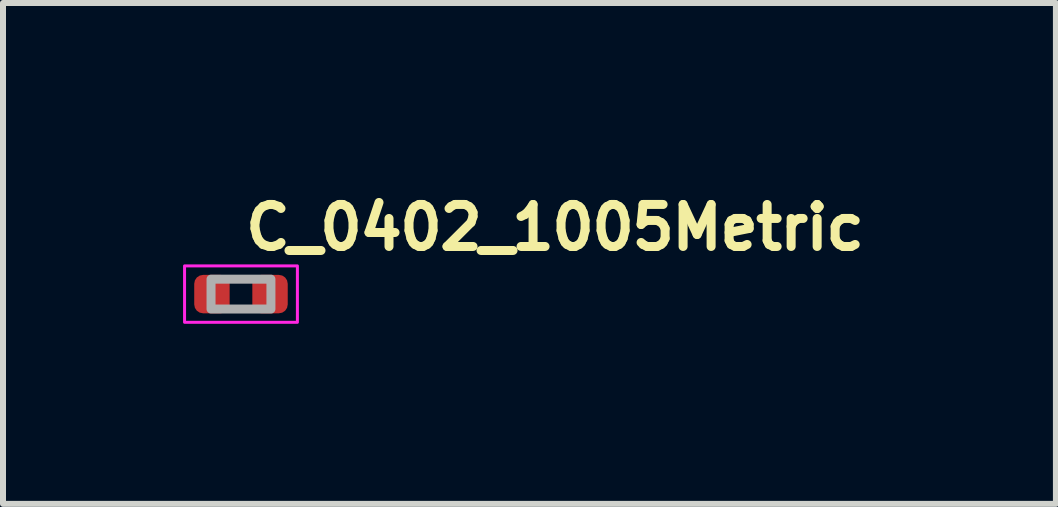
<source format=kicad_pcb>
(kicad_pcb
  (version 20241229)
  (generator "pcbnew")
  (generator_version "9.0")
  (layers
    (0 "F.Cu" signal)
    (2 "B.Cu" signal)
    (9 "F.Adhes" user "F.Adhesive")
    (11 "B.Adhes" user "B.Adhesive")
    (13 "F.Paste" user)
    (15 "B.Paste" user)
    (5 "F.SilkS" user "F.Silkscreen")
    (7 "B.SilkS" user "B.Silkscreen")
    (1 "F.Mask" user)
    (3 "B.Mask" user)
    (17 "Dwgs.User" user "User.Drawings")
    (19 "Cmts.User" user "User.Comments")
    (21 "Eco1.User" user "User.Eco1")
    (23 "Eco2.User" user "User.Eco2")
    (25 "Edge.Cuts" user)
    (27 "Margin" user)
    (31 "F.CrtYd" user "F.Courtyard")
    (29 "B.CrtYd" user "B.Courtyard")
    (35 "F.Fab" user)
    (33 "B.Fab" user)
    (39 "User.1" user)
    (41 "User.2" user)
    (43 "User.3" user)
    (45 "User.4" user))
  (footprint "C_0402_1005Metric"
    (layer "F.Cu")
    (at 0.965 1.85)
    (property "Reference" "C_0402_1005Metric" (at 0.001 -0.7 0) (layer "F.SilkS") (effects (font (size 0.7 0.7) (thickness 0.15)) (justify left bottom)))
    (attr smd)
    (fp_rect (start -0.94 -0.47) (end 0.94 0.47) (stroke (width 0.05) (type solid)) (fill no) (layer "F.CrtYd"))
    (fp_rect (start -0.499 -0.249) (end 0.499 0.249) (stroke (width 0.15) (type solid)) (fill no) (layer "F.Fab"))
    (fp_line (start -0.499 -0.244) (end -0.499 -0.243) (stroke (width 0.1) (type solid)) (layer "User.5"))
    (fp_line (start -0.499 -0.243) (end -0.499 -0.243) (stroke (width 0.1) (type solid)) (layer "User.5"))
    (fp_line (start -0.499 -0.243) (end -0.499 -0.242) (stroke (width 0.1) (type solid)) (layer "User.5"))
    (fp_line (start -0.499 -0.242) (end -0.499 -0.242) (stroke (width 0.1) (type solid)) (layer "User.5"))
    (fp_line (start -0.499 -0.242) (end -0.499 -0.242) (stroke (width 0.1) (type solid)) (layer "User.5"))
    (fp_line (start -0.499 -0.242) (end -0.499 -0.241) (stroke (width 0.1) (type solid)) (layer "User.5"))
    (fp_line (start -0.499 -0.241) (end -0.499 -0.241) (stroke (width 0.1) (type solid)) (layer "User.5"))
    (fp_line (start -0.499 -0.241) (end -0.499 -0.24) (stroke (width 0.1) (type solid)) (layer "User.5"))
    (fp_line (start -0.499 -0.24) (end -0.499 -0.239) (stroke (width 0.1) (type solid)) (layer "User.5"))
    (fp_line (start -0.499 -0.239) (end -0.499 -0.239) (stroke (width 0.1) (type solid)) (layer "User.5"))
    (fp_line (start -0.499 -0.239) (end -0.499 -0.239) (stroke (width 0.1) (type solid)) (layer "User.5"))
    (fp_line (start -0.499 -0.239) (end -0.499 -0.239) (stroke (width 0.1) (type solid)) (layer "User.5"))
    (fp_line (start -0.499 0.24) (end -0.499 -0.239) (stroke (width 0.1) (type solid)) (layer "User.5"))
    (fp_line (start -0.499 0.24) (end -0.499 0.24) (stroke (width 0.1) (type solid)) (layer "User.5"))
    (fp_line (start -0.499 0.24) (end -0.499 0.24) (stroke (width 0.1) (type solid)) (layer "User.5"))
    (fp_line (start -0.499 0.24) (end -0.499 0.24) (stroke (width 0.1) (type solid)) (layer "User.5"))
    (fp_line (start -0.499 0.24) (end -0.499 0.24) (stroke (width 0.1) (type solid)) (layer "User.5"))
    (fp_line (start -0.499 0.24) (end -0.499 0.24) (stroke (width 0.1) (type solid)) (layer "User.5"))
    (fp_line (start -0.499 0.24) (end -0.499 0.241) (stroke (width 0.1) (type solid)) (layer "User.5"))
    (fp_line (start -0.499 0.241) (end -0.499 0.241) (stroke (width 0.1) (type solid)) (layer "User.5"))
    (fp_line (start -0.499 0.241) (end -0.499 0.241) (stroke (width 0.1) (type solid)) (layer "User.5"))
    (fp_line (start -0.499 0.241) (end -0.499 0.242) (stroke (width 0.1) (type solid)) (layer "User.5"))
    (fp_line (start -0.499 0.242) (end -0.499 0.242) (stroke (width 0.1) (type solid)) (layer "User.5"))
    (fp_line (start -0.499 0.242) (end -0.499 0.243) (stroke (width 0.1) (type solid)) (layer "User.5"))
    (fp_line (start -0.499 0.243) (end -0.498 0.243) (stroke (width 0.1) (type solid)) (layer "User.5"))
    (fp_line (start -0.498 -0.245) (end -0.498 -0.245) (stroke (width 0.1) (type solid)) (layer "User.5"))
    (fp_line (start -0.498 -0.245) (end -0.498 -0.245) (stroke (width 0.1) (type solid)) (layer "User.5"))
    (fp_line (start -0.498 -0.245) (end -0.498 -0.244) (stroke (width 0.1) (type solid)) (layer "User.5"))
    (fp_line (start -0.498 -0.244) (end -0.499 -0.244) (stroke (width 0.1) (type solid)) (layer "User.5"))
    (fp_line (start -0.498 0.243) (end -0.498 0.244) (stroke (width 0.1) (type solid)) (layer "User.5"))
    (fp_line (start -0.498 0.244) (end -0.498 0.244) (stroke (width 0.1) (type solid)) (layer "User.5"))
    (fp_line (start -0.498 0.244) (end -0.498 0.244) (stroke (width 0.1) (type solid)) (layer "User.5"))
    (fp_line (start -0.498 0.244) (end -0.497 0.245) (stroke (width 0.1) (type solid)) (layer "User.5"))
    (fp_line (start -0.497 -0.247) (end -0.497 -0.246) (stroke (width 0.1) (type solid)) (layer "User.5"))
    (fp_line (start -0.497 -0.246) (end -0.498 -0.245) (stroke (width 0.1) (type solid)) (layer "User.5"))
    (fp_line (start -0.497 -0.246) (end -0.497 -0.246) (stroke (width 0.1) (type solid)) (layer "User.5"))
    (fp_line (start -0.497 0.245) (end -0.497 0.245) (stroke (width 0.1) (type solid)) (layer "User.5"))
    (fp_line (start -0.497 0.245) (end -0.497 0.246) (stroke (width 0.1) (type solid)) (layer "User.5"))
    (fp_line (start -0.497 0.246) (end -0.496 0.246) (stroke (width 0.1) (type solid)) (layer "User.5"))
    (fp_line (start -0.496 -0.247) (end -0.497 -0.247) (stroke (width 0.1) (type solid)) (layer "User.5"))
    (fp_line (start -0.496 -0.247) (end -0.496 -0.247) (stroke (width 0.1) (type solid)) (layer "User.5"))
    (fp_line (start -0.496 0.246) (end -0.496 0.246) (stroke (width 0.1) (type solid)) (layer "User.5"))
    (fp_line (start -0.496 0.246) (end -0.495 0.247) (stroke (width 0.1) (type solid)) (layer "User.5"))
    (fp_line (start -0.495 -0.248) (end -0.496 -0.247) (stroke (width 0.1) (type solid)) (layer "User.5"))
    (fp_line (start -0.495 -0.248) (end -0.495 -0.248) (stroke (width 0.1) (type solid)) (layer "User.5"))
    (fp_line (start -0.495 -0.248) (end -0.495 -0.248) (stroke (width 0.1) (type solid)) (layer "User.5"))
    (fp_line (start -0.495 0.247) (end -0.495 0.247) (stroke (width 0.1) (type solid)) (layer "User.5"))
    (fp_line (start -0.495 0.247) (end -0.495 0.247) (stroke (width 0.1) (type solid)) (layer "User.5"))
    (fp_line (start -0.495 0.247) (end -0.494 0.247) (stroke (width 0.1) (type solid)) (layer "User.5"))
    (fp_line (start -0.494 -0.249) (end -0.494 -0.248) (stroke (width 0.1) (type solid)) (layer "User.5"))
    (fp_line (start -0.494 -0.248) (end -0.495 -0.248) (stroke (width 0.1) (type solid)) (layer "User.5"))
    (fp_line (start -0.494 0.247) (end -0.494 0.248) (stroke (width 0.1) (type solid)) (layer "User.5"))
    (fp_line (start -0.494 0.248) (end -0.493 0.248) (stroke (width 0.1) (type solid)) (layer "User.5"))
    (fp_line (start -0.493 -0.249) (end -0.494 -0.249) (stroke (width 0.1) (type solid)) (layer "User.5"))
    (fp_line (start -0.493 -0.249) (end -0.493 -0.249) (stroke (width 0.1) (type solid)) (layer "User.5"))
    (fp_line (start -0.493 0.248) (end -0.493 0.248) (stroke (width 0.1) (type solid)) (layer "User.5"))
    (fp_line (start -0.493 0.248) (end -0.492 0.248) (stroke (width 0.1) (type solid)) (layer "User.5"))
    (fp_line (start -0.492 -0.249) (end -0.493 -0.249) (stroke (width 0.1) (type solid)) (layer "User.5"))
    (fp_line (start -0.492 -0.249) (end -0.492 -0.249) (stroke (width 0.1) (type solid)) (layer "User.5"))
    (fp_line (start -0.492 -0.249) (end -0.492 -0.249) (stroke (width 0.1) (type solid)) (layer "User.5"))
    (fp_line (start -0.492 0.248) (end -0.492 0.248) (stroke (width 0.1) (type solid)) (layer "User.5"))
    (fp_line (start -0.492 0.248) (end -0.492 0.248) (stroke (width 0.1) (type solid)) (layer "User.5"))
    (fp_line (start -0.492 0.248) (end -0.491 0.248) (stroke (width 0.1) (type solid)) (layer "User.5"))
    (fp_line (start -0.491 -0.249) (end -0.492 -0.249) (stroke (width 0.1) (type solid)) (layer "User.5"))
    (fp_line (start -0.491 -0.249) (end -0.491 -0.249) (stroke (width 0.1) (type solid)) (layer "User.5"))
    (fp_line (start -0.491 0.248) (end -0.491 0.248) (stroke (width 0.1) (type solid)) (layer "User.5"))
    (fp_line (start -0.491 0.248) (end -0.49 0.248) (stroke (width 0.1) (type solid)) (layer "User.5"))
    (fp_line (start -0.489 -0.249) (end -0.299 -0.249) (stroke (width 0.1) (type solid)) (layer "User.5"))
    (fp_line (start -0.299 -0.249) (end -0.299 -0.239) (stroke (width 0.1) (type solid)) (layer "User.5"))
    (fp_line (start -0.299 -0.239) (end -0.299 0.24) (stroke (width 0.1) (type solid)) (layer "User.5"))
    (fp_line (start -0.299 -0.239) (end 0.298 -0.239) (stroke (width 0.1) (type solid)) (layer "User.5"))
    (fp_line (start -0.299 0.24) (end -0.299 0.248) (stroke (width 0.1) (type solid)) (layer "User.5"))
    (fp_line (start -0.299 0.24) (end 0.298 0.24) (stroke (width 0.1) (type solid)) (layer "User.5"))
    (fp_line (start -0.299 0.248) (end -0.489 0.248) (stroke (width 0.1) (type solid)) (layer "User.5"))
    (fp_line (start 0.298 -0.249) (end 0.298 -0.239) (stroke (width 0.1) (type solid)) (layer "User.5"))
    (fp_line (start 0.298 -0.239) (end 0.298 0.24) (stroke (width 0.1) (type solid)) (layer "User.5"))
    (fp_line (start 0.298 0.24) (end 0.298 0.248) (stroke (width 0.1) (type solid)) (layer "User.5"))
    (fp_line (start 0.298 0.248) (end 0.488 0.248) (stroke (width 0.1) (type solid)) (layer "User.5"))
    (fp_line (start 0.488 -0.249) (end 0.298 -0.249) (stroke (width 0.1) (type solid)) (layer "User.5"))
    (fp_line (start 0.49 0.248) (end 0.491 0.248) (stroke (width 0.1) (type solid)) (layer "User.5"))
    (fp_line (start 0.491 -0.249) (end 0.49 -0.249) (stroke (width 0.1) (type solid)) (layer "User.5"))
    (fp_line (start 0.491 -0.249) (end 0.491 -0.249) (stroke (width 0.1) (type solid)) (layer "User.5"))
    (fp_line (start 0.491 -0.249) (end 0.491 -0.249) (stroke (width 0.1) (type solid)) (layer "User.5"))
    (fp_line (start 0.491 0.248) (end 0.491 0.248) (stroke (width 0.1) (type solid)) (layer "User.5"))
    (fp_line (start 0.491 0.248) (end 0.491 0.248) (stroke (width 0.1) (type solid)) (layer "User.5"))
    (fp_line (start 0.491 0.248) (end 0.492 0.248) (stroke (width 0.1) (type solid)) (layer "User.5"))
    (fp_line (start 0.492 -0.249) (end 0.491 -0.249) (stroke (width 0.1) (type solid)) (layer "User.5"))
    (fp_line (start 0.492 -0.249) (end 0.492 -0.249) (stroke (width 0.1) (type solid)) (layer "User.5"))
    (fp_line (start 0.492 0.248) (end 0.492 0.248) (stroke (width 0.1) (type solid)) (layer "User.5"))
    (fp_line (start 0.492 0.248) (end 0.493 0.248) (stroke (width 0.1) (type solid)) (layer "User.5"))
    (fp_line (start 0.493 -0.249) (end 0.492 -0.249) (stroke (width 0.1) (type solid)) (layer "User.5"))
    (fp_line (start 0.493 -0.248) (end 0.493 -0.249) (stroke (width 0.1) (type solid)) (layer "User.5"))
    (fp_line (start 0.493 0.247) (end 0.494 0.247) (stroke (width 0.1) (type solid)) (layer "User.5"))
    (fp_line (start 0.493 0.248) (end 0.493 0.247) (stroke (width 0.1) (type solid)) (layer "User.5"))
    (fp_line (start 0.494 -0.248) (end 0.493 -0.248) (stroke (width 0.1) (type solid)) (layer "User.5"))
    (fp_line (start 0.494 -0.248) (end 0.494 -0.248) (stroke (width 0.1) (type solid)) (layer "User.5"))
    (fp_line (start 0.494 -0.248) (end 0.494 -0.248) (stroke (width 0.1) (type solid)) (layer "User.5"))
    (fp_line (start 0.494 0.247) (end 0.494 0.247) (stroke (width 0.1) (type solid)) (layer "User.5"))
    (fp_line (start 0.494 0.247) (end 0.494 0.247) (stroke (width 0.1) (type solid)) (layer "User.5"))
    (fp_line (start 0.494 0.247) (end 0.495 0.246) (stroke (width 0.1) (type solid)) (layer "User.5"))
    (fp_line (start 0.495 -0.247) (end 0.494 -0.248) (stroke (width 0.1) (type solid)) (layer "User.5"))
    (fp_line (start 0.495 -0.247) (end 0.495 -0.247) (stroke (width 0.1) (type solid)) (layer "User.5"))
    (fp_line (start 0.495 0.246) (end 0.495 0.246) (stroke (width 0.1) (type solid)) (layer "User.5"))
    (fp_line (start 0.495 0.246) (end 0.496 0.246) (stroke (width 0.1) (type solid)) (layer "User.5"))
    (fp_line (start 0.496 -0.247) (end 0.495 -0.247) (stroke (width 0.1) (type solid)) (layer "User.5"))
    (fp_line (start 0.496 -0.246) (end 0.496 -0.247) (stroke (width 0.1) (type solid)) (layer "User.5"))
    (fp_line (start 0.496 -0.246) (end 0.496 -0.246) (stroke (width 0.1) (type solid)) (layer "User.5"))
    (fp_line (start 0.496 0.245) (end 0.496 0.245) (stroke (width 0.1) (type solid)) (layer "User.5"))
    (fp_line (start 0.496 0.245) (end 0.497 0.244) (stroke (width 0.1) (type solid)) (layer "User.5"))
    (fp_line (start 0.496 0.246) (end 0.496 0.245) (stroke (width 0.1) (type solid)) (layer "User.5"))
    (fp_line (start 0.497 -0.245) (end 0.496 -0.246) (stroke (width 0.1) (type solid)) (layer "User.5"))
    (fp_line (start 0.497 -0.245) (end 0.497 -0.245) (stroke (width 0.1) (type solid)) (layer "User.5"))
    (fp_line (start 0.497 -0.245) (end 0.497 -0.245) (stroke (width 0.1) (type solid)) (layer "User.5"))
    (fp_line (start 0.497 -0.244) (end 0.497 -0.245) (stroke (width 0.1) (type solid)) (layer "User.5"))
    (fp_line (start 0.497 0.243) (end 0.498 0.243) (stroke (width 0.1) (type solid)) (layer "User.5"))
    (fp_line (start 0.497 0.244) (end 0.497 0.243) (stroke (width 0.1) (type solid)) (layer "User.5"))
    (fp_line (start 0.497 0.244) (end 0.497 0.244) (stroke (width 0.1) (type solid)) (layer "User.5"))
    (fp_line (start 0.497 0.244) (end 0.497 0.244) (stroke (width 0.1) (type solid)) (layer "User.5"))
    (fp_line (start 0.498 -0.244) (end 0.497 -0.244) (stroke (width 0.1) (type solid)) (layer "User.5"))
    (fp_line (start 0.498 -0.243) (end 0.498 -0.244) (stroke (width 0.1) (type solid)) (layer "User.5"))
    (fp_line (start 0.498 -0.243) (end 0.498 -0.243) (stroke (width 0.1) (type solid)) (layer "User.5"))
    (fp_line (start 0.498 -0.242) (end 0.498 -0.243) (stroke (width 0.1) (type solid)) (layer "User.5"))
    (fp_line (start 0.498 -0.242) (end 0.498 -0.242) (stroke (width 0.1) (type solid)) (layer "User.5"))
    (fp_line (start 0.498 -0.242) (end 0.498 -0.242) (stroke (width 0.1) (type solid)) (layer "User.5"))
    (fp_line (start 0.498 -0.241) (end 0.498 -0.242) (stroke (width 0.1) (type solid)) (layer "User.5"))
    (fp_line (start 0.498 -0.241) (end 0.498 -0.241) (stroke (width 0.1) (type solid)) (layer "User.5"))
    (fp_line (start 0.498 -0.24) (end 0.498 -0.241) (stroke (width 0.1) (type solid)) (layer "User.5"))
    (fp_line (start 0.498 0.24) (end 0.498 -0.239) (stroke (width 0.1) (type solid)) (layer "User.5"))
    (fp_line (start 0.498 0.24) (end 0.498 0.24) (stroke (width 0.1) (type solid)) (layer "User.5"))
    (fp_line (start 0.498 0.241) (end 0.498 0.24) (stroke (width 0.1) (type solid)) (layer "User.5"))
    (fp_line (start 0.498 0.241) (end 0.498 0.241) (stroke (width 0.1) (type solid)) (layer "User.5"))
    (fp_line (start 0.498 0.241) (end 0.498 0.241) (stroke (width 0.1) (type solid)) (layer "User.5"))
    (fp_line (start 0.498 0.242) (end 0.498 0.241) (stroke (width 0.1) (type solid)) (layer "User.5"))
    (fp_line (start 0.498 0.242) (end 0.498 0.242) (stroke (width 0.1) (type solid)) (layer "User.5"))
    (fp_line (start 0.498 0.243) (end 0.498 0.242) (stroke (width 0.1) (type solid)) (layer "User.5"))
    (fp_rect (start -0.499 -0.249) (end 0.498 0.248) (stroke (width 0.1) (type solid)) (fill no) (layer "User.5"))
    (fp_line (start -0.499 -0.244) (end -0.499 -0.243) (stroke (width 0.02) (type solid)) (layer "User.9"))
    (fp_line (start -0.499 -0.243) (end -0.499 -0.243) (stroke (width 0.02) (type solid)) (layer "User.9"))
    (fp_line (start -0.499 -0.243) (end -0.499 -0.242) (stroke (width 0.02) (type solid)) (layer "User.9"))
    (fp_line (start -0.499 -0.242) (end -0.499 -0.242) (stroke (width 0.02) (type solid)) (layer "User.9"))
    (fp_line (start -0.499 -0.242) (end -0.499 -0.242) (stroke (width 0.02) (type solid)) (layer "User.9"))
    (fp_line (start -0.499 -0.242) (end -0.499 -0.241) (stroke (width 0.02) (type solid)) (layer "User.9"))
    (fp_line (start -0.499 -0.241) (end -0.499 -0.241) (stroke (width 0.02) (type solid)) (layer "User.9"))
    (fp_line (start -0.499 -0.241) (end -0.499 -0.24) (stroke (width 0.02) (type solid)) (layer "User.9"))
    (fp_line (start -0.499 -0.24) (end -0.499 -0.239) (stroke (width 0.02) (type solid)) (layer "User.9"))
    (fp_line (start -0.499 -0.239) (end -0.499 -0.239) (stroke (width 0.02) (type solid)) (layer "User.9"))
    (fp_line (start -0.499 -0.239) (end -0.499 -0.239) (stroke (width 0.02) (type solid)) (layer "User.9"))
    (fp_line (start -0.499 -0.239) (end -0.499 -0.239) (stroke (width 0.02) (type solid)) (layer "User.9"))
    (fp_line (start -0.499 -0.239) (end -0.499 -0.239) (stroke (width 0.02) (type solid)) (layer "User.9"))
    (fp_line (start -0.499 -0.239) (end -0.499 -0.239) (stroke (width 0.02) (type solid)) (layer "User.9"))
    (fp_line (start -0.499 -0.239) (end -0.499 -0.239) (stroke (width 0.02) (type solid)) (layer "User.9"))
    (fp_line (start -0.499 -0.239) (end -0.499 -0.239) (stroke (width 0.02) (type solid)) (layer "User.9"))
    (fp_line (start -0.499 -0.239) (end -0.499 -0.238) (stroke (width 0.02) (type solid)) (layer "User.9"))
    (fp_line (start -0.499 -0.238) (end -0.499 -0.238) (stroke (width 0.02) (type solid)) (layer "User.9"))
    (fp_line (start -0.499 -0.238) (end -0.499 -0.237) (stroke (width 0.02) (type solid)) (layer "User.9"))
    (fp_line (start -0.499 -0.237) (end -0.498 -0.237) (stroke (width 0.02) (type solid)) (layer "User.9"))
    (fp_line (start -0.499 0.236) (end -0.499 0.237) (stroke (width 0.02) (type solid)) (layer "User.9"))
    (fp_line (start -0.499 0.237) (end -0.499 0.237) (stroke (width 0.02) (type solid)) (layer "User.9"))
    (fp_line (start -0.499 0.237) (end -0.499 0.238) (stroke (width 0.02) (type solid)) (layer "User.9"))
    (fp_line (start -0.499 0.238) (end -0.499 0.238) (stroke (width 0.02) (type solid)) (layer "User.9"))
    (fp_line (start -0.499 0.238) (end -0.499 0.238) (stroke (width 0.02) (type solid)) (layer "User.9"))
    (fp_line (start -0.499 0.238) (end -0.499 0.239) (stroke (width 0.02) (type solid)) (layer "User.9"))
    (fp_line (start -0.499 0.239) (end -0.499 0.239) (stroke (width 0.02) (type solid)) (layer "User.9"))
    (fp_line (start -0.499 0.239) (end -0.499 0.24) (stroke (width 0.02) (type solid)) (layer "User.9"))
    (fp_line (start -0.499 0.24) (end -0.499 -0.239) (stroke (width 0.02) (type solid)) (layer "User.9"))
    (fp_line (start -0.499 0.24) (end -0.499 0.24) (stroke (width 0.02) (type solid)) (layer "User.9"))
    (fp_line (start -0.499 0.24) (end -0.499 0.24) (stroke (width 0.02) (type solid)) (layer "User.9"))
    (fp_line (start -0.499 0.24) (end -0.499 0.24) (stroke (width 0.02) (type solid)) (layer "User.9"))
    (fp_line (start -0.499 0.24) (end -0.499 0.24) (stroke (width 0.02) (type solid)) (layer "User.9"))
    (fp_line (start -0.499 0.24) (end -0.499 0.24) (stroke (width 0.02) (type solid)) (layer "User.9"))
    (fp_line (start -0.499 0.24) (end -0.499 0.241) (stroke (width 0.02) (type solid)) (layer "User.9"))
    (fp_line (start -0.499 0.241) (end -0.499 0.241) (stroke (width 0.02) (type solid)) (layer "User.9"))
    (fp_line (start -0.499 0.241) (end -0.499 0.241) (stroke (width 0.02) (type solid)) (layer "User.9"))
    (fp_line (start -0.499 0.241) (end -0.499 0.242) (stroke (width 0.02) (type solid)) (layer "User.9"))
    (fp_line (start -0.499 0.242) (end -0.499 0.242) (stroke (width 0.02) (type solid)) (layer "User.9"))
    (fp_line (start -0.499 0.242) (end -0.499 0.243) (stroke (width 0.02) (type solid)) (layer "User.9"))
    (fp_line (start -0.499 0.243) (end -0.498 0.243) (stroke (width 0.02) (type solid)) (layer "User.9"))
    (fp_line (start -0.498 -0.245) (end -0.498 -0.245) (stroke (width 0.02) (type solid)) (layer "User.9"))
    (fp_line (start -0.498 -0.245) (end -0.498 -0.245) (stroke (width 0.02) (type solid)) (layer "User.9"))
    (fp_line (start -0.498 -0.245) (end -0.498 -0.244) (stroke (width 0.02) (type solid)) (layer "User.9"))
    (fp_line (start -0.498 -0.244) (end -0.499 -0.244) (stroke (width 0.02) (type solid)) (layer "User.9"))
    (fp_line (start -0.498 -0.237) (end -0.498 -0.236) (stroke (width 0.02) (type solid)) (layer "User.9"))
    (fp_line (start -0.498 -0.236) (end -0.498 -0.236) (stroke (width 0.02) (type solid)) (layer "User.9"))
    (fp_line (start -0.498 -0.236) (end -0.498 -0.236) (stroke (width 0.02) (type solid)) (layer "User.9"))
    (fp_line (start -0.498 -0.236) (end -0.497 -0.235) (stroke (width 0.02) (type solid)) (layer "User.9"))
    (fp_line (start -0.498 0.235) (end -0.498 0.235) (stroke (width 0.02) (type solid)) (layer "User.9"))
    (fp_line (start -0.498 0.235) (end -0.498 0.235) (stroke (width 0.02) (type solid)) (layer "User.9"))
    (fp_line (start -0.498 0.235) (end -0.498 0.236) (stroke (width 0.02) (type solid)) (layer "User.9"))
    (fp_line (start -0.498 0.236) (end -0.499 0.236) (stroke (width 0.02) (type solid)) (layer "User.9"))
    (fp_line (start -0.498 0.243) (end -0.498 0.244) (stroke (width 0.02) (type solid)) (layer "User.9"))
    (fp_line (start -0.498 0.244) (end -0.498 0.244) (stroke (width 0.02) (type solid)) (layer "User.9"))
    (fp_line (start -0.498 0.244) (end -0.498 0.244) (stroke (width 0.02) (type solid)) (layer "User.9"))
    (fp_line (start -0.498 0.244) (end -0.497 0.245) (stroke (width 0.02) (type solid)) (layer "User.9"))
    (fp_line (start -0.497 -0.247) (end -0.497 -0.246) (stroke (width 0.02) (type solid)) (layer "User.9"))
    (fp_line (start -0.497 -0.246) (end -0.498 -0.245) (stroke (width 0.02) (type solid)) (layer "User.9"))
    (fp_line (start -0.497 -0.246) (end -0.497 -0.246) (stroke (width 0.02) (type solid)) (layer "User.9"))
    (fp_line (start -0.497 -0.235) (end -0.497 -0.235) (stroke (width 0.02) (type solid)) (layer "User.9"))
    (fp_line (start -0.497 -0.235) (end -0.497 -0.234) (stroke (width 0.02) (type solid)) (layer "User.9"))
    (fp_line (start -0.497 -0.234) (end -0.496 -0.234) (stroke (width 0.02) (type solid)) (layer "User.9"))
    (fp_line (start -0.497 0.233) (end -0.497 0.234) (stroke (width 0.02) (type solid)) (layer "User.9"))
    (fp_line (start -0.497 0.234) (end -0.498 0.235) (stroke (width 0.02) (type solid)) (layer "User.9"))
    (fp_line (start -0.497 0.234) (end -0.497 0.234) (stroke (width 0.02) (type solid)) (layer "User.9"))
    (fp_line (start -0.497 0.245) (end -0.497 0.245) (stroke (width 0.02) (type solid)) (layer "User.9"))
    (fp_line (start -0.497 0.245) (end -0.497 0.246) (stroke (width 0.02) (type solid)) (layer "User.9"))
    (fp_line (start -0.497 0.246) (end -0.496 0.246) (stroke (width 0.02) (type solid)) (layer "User.9"))
    (fp_line (start -0.496 -0.247) (end -0.497 -0.247) (stroke (width 0.02) (type solid)) (layer "User.9"))
    (fp_line (start -0.496 -0.247) (end -0.496 -0.247) (stroke (width 0.02) (type solid)) (layer "User.9"))
    (fp_line (start -0.496 -0.234) (end -0.496 -0.234) (stroke (width 0.02) (type solid)) (layer "User.9"))
    (fp_line (start -0.496 -0.234) (end -0.495 -0.233) (stroke (width 0.02) (type solid)) (layer "User.9"))
    (fp_line (start -0.496 0.233) (end -0.497 0.233) (stroke (width 0.02) (type solid)) (layer "User.9"))
    (fp_line (start -0.496 0.233) (end -0.496 0.233) (stroke (width 0.02) (type solid)) (layer "User.9"))
    (fp_line (start -0.496 0.246) (end -0.496 0.246) (stroke (width 0.02) (type solid)) (layer "User.9"))
    (fp_line (start -0.496 0.246) (end -0.495 0.247) (stroke (width 0.02) (type solid)) (layer "User.9"))
    (fp_line (start -0.495 -0.248) (end -0.496 -0.247) (stroke (width 0.02) (type solid)) (layer "User.9"))
    (fp_line (start -0.495 -0.248) (end -0.495 -0.248) (stroke (width 0.02) (type solid)) (layer "User.9"))
    (fp_line (start -0.495 -0.248) (end -0.495 -0.248) (stroke (width 0.02) (type solid)) (layer "User.9"))
    (fp_line (start -0.495 -0.233) (end -0.495 -0.233) (stroke (width 0.02) (type solid)) (layer "User.9"))
    (fp_line (start -0.495 -0.233) (end -0.495 -0.233) (stroke (width 0.02) (type solid)) (layer "User.9"))
    (fp_line (start -0.495 -0.233) (end -0.494 -0.233) (stroke (width 0.02) (type solid)) (layer "User.9"))
    (fp_line (start -0.495 0.232) (end -0.496 0.233) (stroke (width 0.02) (type solid)) (layer "User.9"))
    (fp_line (start -0.495 0.232) (end -0.495 0.232) (stroke (width 0.02) (type solid)) (layer "User.9"))
    (fp_line (start -0.495 0.232) (end -0.495 0.232) (stroke (width 0.02) (type solid)) (layer "User.9"))
    (fp_line (start -0.495 0.247) (end -0.495 0.247) (stroke (width 0.02) (type solid)) (layer "User.9"))
    (fp_line (start -0.495 0.247) (end -0.495 0.247) (stroke (width 0.02) (type solid)) (layer "User.9"))
    (fp_line (start -0.495 0.247) (end -0.494 0.247) (stroke (width 0.02) (type solid)) (layer "User.9"))
    (fp_line (start -0.494 -0.249) (end -0.494 -0.248) (stroke (width 0.02) (type solid)) (layer "User.9"))
    (fp_line (start -0.494 -0.248) (end -0.495 -0.248) (stroke (width 0.02) (type solid)) (layer "User.9"))
    (fp_line (start -0.494 -0.233) (end -0.494 -0.232) (stroke (width 0.02) (type solid)) (layer "User.9"))
    (fp_line (start -0.494 -0.232) (end -0.493 -0.232) (stroke (width 0.02) (type solid)) (layer "User.9"))
    (fp_line (start -0.494 0.231) (end -0.494 0.232) (stroke (width 0.02) (type solid)) (layer "User.9"))
    (fp_line (start -0.494 0.232) (end -0.495 0.232) (stroke (width 0.02) (type solid)) (layer "User.9"))
    (fp_line (start -0.494 0.247) (end -0.494 0.248) (stroke (width 0.02) (type solid)) (layer "User.9"))
    (fp_line (start -0.494 0.248) (end -0.493 0.248) (stroke (width 0.02) (type solid)) (layer "User.9"))
    (fp_line (start -0.493 -0.249) (end -0.494 -0.249) (stroke (width 0.02) (type solid)) (layer "User.9"))
    (fp_line (start -0.493 -0.249) (end -0.493 -0.249) (stroke (width 0.02) (type solid)) (layer "User.9"))
    (fp_line (start -0.493 -0.232) (end -0.493 -0.232) (stroke (width 0.02) (type solid)) (layer "User.9"))
    (fp_line (start -0.493 -0.232) (end -0.492 -0.232) (stroke (width 0.02) (type solid)) (layer "User.9"))
    (fp_line (start -0.493 0.231) (end -0.494 0.231) (stroke (width 0.02) (type solid)) (layer "User.9"))
    (fp_line (start -0.493 0.231) (end -0.493 0.231) (stroke (width 0.02) (type solid)) (layer "User.9"))
    (fp_line (start -0.493 0.248) (end -0.493 0.248) (stroke (width 0.02) (type solid)) (layer "User.9"))
    (fp_line (start -0.493 0.248) (end -0.492 0.248) (stroke (width 0.02) (type solid)) (layer "User.9"))
    (fp_line (start -0.492 -0.249) (end -0.493 -0.249) (stroke (width 0.02) (type solid)) (layer "User.9"))
    (fp_line (start -0.492 -0.249) (end -0.492 -0.249) (stroke (width 0.02) (type solid)) (layer "User.9"))
    (fp_line (start -0.492 -0.249) (end -0.492 -0.249) (stroke (width 0.02) (type solid)) (layer "User.9"))
    (fp_line (start -0.492 -0.232) (end -0.492 -0.232) (stroke (width 0.02) (type solid)) (layer "User.9"))
    (fp_line (start -0.492 -0.232) (end -0.492 -0.232) (stroke (width 0.02) (type solid)) (layer "User.9"))
    (fp_line (start -0.492 -0.232) (end -0.491 -0.232) (stroke (width 0.02) (type solid)) (layer "User.9"))
    (fp_line (start -0.492 0.231) (end -0.493 0.231) (stroke (width 0.02) (type solid)) (layer "User.9"))
    (fp_line (start -0.492 0.231) (end -0.492 0.231) (stroke (width 0.02) (type solid)) (layer "User.9"))
    (fp_line (start -0.492 0.231) (end -0.492 0.231) (stroke (width 0.02) (type solid)) (layer "User.9"))
    (fp_line (start -0.492 0.248) (end -0.492 0.248) (stroke (width 0.02) (type solid)) (layer "User.9"))
    (fp_line (start -0.492 0.248) (end -0.492 0.248) (stroke (width 0.02) (type solid)) (layer "User.9"))
    (fp_line (start -0.492 0.248) (end -0.491 0.248) (stroke (width 0.02) (type solid)) (layer "User.9"))
    (fp_line (start -0.491 -0.249) (end -0.492 -0.249) (stroke (width 0.02) (type solid)) (layer "User.9"))
    (fp_line (start -0.491 -0.249) (end -0.491 -0.249) (stroke (width 0.02) (type solid)) (layer "User.9"))
    (fp_line (start -0.491 -0.232) (end -0.491 -0.232) (stroke (width 0.02) (type solid)) (layer "User.9"))
    (fp_line (start -0.491 -0.232) (end -0.49 -0.232) (stroke (width 0.02) (type solid)) (layer "User.9"))
    (fp_line (start -0.491 0.231) (end -0.492 0.231) (stroke (width 0.02) (type solid)) (layer "User.9"))
    (fp_line (start -0.491 0.231) (end -0.491 0.231) (stroke (width 0.02) (type solid)) (layer "User.9"))
    (fp_line (start -0.491 0.248) (end -0.491 0.248) (stroke (width 0.02) (type solid)) (layer "User.9"))
    (fp_line (start -0.491 0.248) (end -0.49 0.248) (stroke (width 0.02) (type solid)) (layer "User.9"))
    (fp_line (start -0.49 -0.249) (end -0.491 -0.249) (stroke (width 0.02) (type solid)) (layer "User.9"))
    (fp_line (start -0.49 -0.232) (end -0.489 -0.232) (stroke (width 0.02) (type solid)) (layer "User.9"))
    (fp_line (start -0.49 0.231) (end -0.491 0.231) (stroke (width 0.02) (type solid)) (layer "User.9"))
    (fp_line (start -0.49 0.248) (end -0.489 0.248) (stroke (width 0.02) (type solid)) (layer "User.9"))
    (fp_line (start -0.489 -0.249) (end -0.49 -0.249) (stroke (width 0.02) (type solid)) (layer "User.9"))
    (fp_line (start -0.489 -0.249) (end -0.489 -0.249) (stroke (width 0.02) (type solid)) (layer "User.9"))
    (fp_line (start -0.489 -0.249) (end -0.489 -0.249) (stroke (width 0.02) (type solid)) (layer "User.9"))
    (fp_line (start -0.489 -0.249) (end -0.299 -0.249) (stroke (width 0.02) (type solid)) (layer "User.9"))
    (fp_line (start -0.489 -0.232) (end -0.489 -0.232) (stroke (width 0.02) (type solid)) (layer "User.9"))
    (fp_line (start -0.489 -0.232) (end -0.489 -0.232) (stroke (width 0.02) (type solid)) (layer "User.9"))
    (fp_line (start -0.489 -0.232) (end -0.488 -0.232) (stroke (width 0.02) (type solid)) (layer "User.9"))
    (fp_line (start -0.489 0.231) (end -0.49 0.231) (stroke (width 0.02) (type solid)) (layer "User.9"))
    (fp_line (start -0.489 0.231) (end -0.489 0.231) (stroke (width 0.02) (type solid)) (layer "User.9"))
    (fp_line (start -0.489 0.231) (end -0.489 0.231) (stroke (width 0.02) (type solid)) (layer "User.9"))
    (fp_line (start -0.489 0.248) (end -0.489 0.248) (stroke (width 0.02) (type solid)) (layer "User.9"))
    (fp_line (start -0.489 0.248) (end -0.489 0.248) (stroke (width 0.02) (type solid)) (layer "User.9"))
    (fp_line (start -0.489 0.248) (end -0.488 0.248) (stroke (width 0.02) (type solid)) (layer "User.9"))
    (fp_line (start -0.488 -0.249) (end -0.489 -0.249) (stroke (width 0.02) (type solid)) (layer "User.9"))
    (fp_line (start -0.488 -0.249) (end -0.488 -0.249) (stroke (width 0.02) (type solid)) (layer "User.9"))
    (fp_line (start -0.488 -0.232) (end -0.488 -0.232) (stroke (width 0.02) (type solid)) (layer "User.9"))
    (fp_line (start -0.488 -0.232) (end -0.487 -0.232) (stroke (width 0.02) (type solid)) (layer "User.9"))
    (fp_line (start -0.488 0.231) (end -0.489 0.231) (stroke (width 0.02) (type solid)) (layer "User.9"))
    (fp_line (start -0.488 0.231) (end -0.488 0.231) (stroke (width 0.02) (type solid)) (layer "User.9"))
    (fp_line (start -0.488 0.248) (end -0.488 0.248) (stroke (width 0.02) (type solid)) (layer "User.9"))
    (fp_line (start -0.488 0.248) (end -0.487 0.248) (stroke (width 0.02) (type solid)) (layer "User.9"))
    (fp_line (start -0.487 -0.249) (end -0.488 -0.249) (stroke (width 0.02) (type solid)) (layer "User.9"))
    (fp_line (start -0.487 -0.249) (end -0.487 -0.249) (stroke (width 0.02) (type solid)) (layer "User.9"))
    (fp_line (start -0.487 -0.249) (end -0.487 -0.249) (stroke (width 0.02) (type solid)) (layer "User.9"))
    (fp_line (start -0.487 -0.232) (end -0.487 -0.232) (stroke (width 0.02) (type solid)) (layer "User.9"))
    (fp_line (start -0.487 -0.232) (end -0.487 -0.232) (stroke (width 0.02) (type solid)) (layer "User.9"))
    (fp_line (start -0.487 -0.232) (end -0.486 -0.232) (stroke (width 0.02) (type solid)) (layer "User.9"))
    (fp_line (start -0.487 0.231) (end -0.488 0.231) (stroke (width 0.02) (type solid)) (layer "User.9"))
    (fp_line (start -0.487 0.231) (end -0.487 0.231) (stroke (width 0.02) (type solid)) (layer "User.9"))
    (fp_line (start -0.487 0.231) (end -0.487 0.231) (stroke (width 0.02) (type solid)) (layer "User.9"))
    (fp_line (start -0.487 0.248) (end -0.487 0.248) (stroke (width 0.02) (type solid)) (layer "User.9"))
    (fp_line (start -0.487 0.248) (end -0.487 0.248) (stroke (width 0.02) (type solid)) (layer "User.9"))
    (fp_line (start -0.487 0.248) (end -0.486 0.248) (stroke (width 0.02) (type solid)) (layer "User.9"))
    (fp_line (start -0.486 -0.249) (end -0.487 -0.249) (stroke (width 0.02) (type solid)) (layer "User.9"))
    (fp_line (start -0.486 -0.249) (end -0.486 -0.249) (stroke (width 0.02) (type solid)) (layer "User.9"))
    (fp_line (start -0.486 -0.232) (end -0.486 -0.232) (stroke (width 0.02) (type solid)) (layer "User.9"))
    (fp_line (start -0.486 -0.232) (end -0.485 -0.232) (stroke (width 0.02) (type solid)) (layer "User.9"))
    (fp_line (start -0.486 0.231) (end -0.487 0.231) (stroke (width 0.02) (type solid)) (layer "User.9"))
    (fp_line (start -0.486 0.231) (end -0.486 0.231) (stroke (width 0.02) (type solid)) (layer "User.9"))
    (fp_line (start -0.486 0.248) (end -0.486 0.248) (stroke (width 0.02) (type solid)) (layer "User.9"))
    (fp_line (start -0.486 0.248) (end -0.485 0.248) (stroke (width 0.02) (type solid)) (layer "User.9"))
    (fp_line (start -0.485 -0.249) (end -0.486 -0.249) (stroke (width 0.02) (type solid)) (layer "User.9"))
    (fp_line (start -0.485 -0.248) (end -0.485 -0.249) (stroke (width 0.02) (type solid)) (layer "User.9"))
    (fp_line (start -0.485 -0.233) (end -0.484 -0.233) (stroke (width 0.02) (type solid)) (layer "User.9"))
    (fp_line (start -0.485 -0.232) (end -0.485 -0.233) (stroke (width 0.02) (type solid)) (layer "User.9"))
    (fp_line (start -0.485 0.231) (end -0.486 0.231) (stroke (width 0.02) (type solid)) (layer "User.9"))
    (fp_line (start -0.485 0.232) (end -0.485 0.231) (stroke (width 0.02) (type solid)) (layer "User.9"))
    (fp_line (start -0.485 0.247) (end -0.484 0.247) (stroke (width 0.02) (type solid)) (layer "User.9"))
    (fp_line (start -0.485 0.248) (end -0.485 0.247) (stroke (width 0.02) (type solid)) (layer "User.9"))
    (fp_line (start -0.484 -0.248) (end -0.485 -0.248) (stroke (width 0.02) (type solid)) (layer "User.9"))
    (fp_line (start -0.484 -0.248) (end -0.484 -0.248) (stroke (width 0.02) (type solid)) (layer "User.9"))
    (fp_line (start -0.484 -0.248) (end -0.484 -0.248) (stroke (width 0.02) (type solid)) (layer "User.9"))
    (fp_line (start -0.484 -0.233) (end -0.484 -0.233) (stroke (width 0.02) (type solid)) (layer "User.9"))
    (fp_line (start -0.484 -0.233) (end -0.484 -0.233) (stroke (width 0.02) (type solid)) (layer "User.9"))
    (fp_line (start -0.484 -0.233) (end -0.483 -0.234) (stroke (width 0.02) (type solid)) (layer "User.9"))
    (fp_line (start -0.484 0.232) (end -0.485 0.232) (stroke (width 0.02) (type solid)) (layer "User.9"))
    (fp_line (start -0.484 0.232) (end -0.484 0.232) (stroke (width 0.02) (type solid)) (layer "User.9"))
    (fp_line (start -0.484 0.232) (end -0.484 0.232) (stroke (width 0.02) (type solid)) (layer "User.9"))
    (fp_line (start -0.484 0.247) (end -0.484 0.247) (stroke (width 0.02) (type solid)) (layer "User.9"))
    (fp_line (start -0.484 0.247) (end -0.484 0.247) (stroke (width 0.02) (type solid)) (layer "User.9"))
    (fp_line (start -0.484 0.247) (end -0.483 0.246) (stroke (width 0.02) (type solid)) (layer "User.9"))
    (fp_line (start -0.483 -0.247) (end -0.484 -0.248) (stroke (width 0.02) (type solid)) (layer "User.9"))
    (fp_line (start -0.483 -0.247) (end -0.483 -0.247) (stroke (width 0.02) (type solid)) (layer "User.9"))
    (fp_line (start -0.483 -0.234) (end -0.483 -0.234) (stroke (width 0.02) (type solid)) (layer "User.9"))
    (fp_line (start -0.483 -0.234) (end -0.482 -0.234) (stroke (width 0.02) (type solid)) (layer "User.9"))
    (fp_line (start -0.483 0.233) (end -0.484 0.232) (stroke (width 0.02) (type solid)) (layer "User.9"))
    (fp_line (start -0.483 0.233) (end -0.483 0.233) (stroke (width 0.02) (type solid)) (layer "User.9"))
    (fp_line (start -0.483 0.246) (end -0.483 0.246) (stroke (width 0.02) (type solid)) (layer "User.9"))
    (fp_line (start -0.483 0.246) (end -0.482 0.246) (stroke (width 0.02) (type solid)) (layer "User.9"))
    (fp_line (start -0.482 -0.247) (end -0.483 -0.247) (stroke (width 0.02) (type solid)) (layer "User.9"))
    (fp_line (start -0.482 -0.246) (end -0.482 -0.247) (stroke (width 0.02) (type solid)) (layer "User.9"))
    (fp_line (start -0.482 -0.246) (end -0.482 -0.246) (stroke (width 0.02) (type solid)) (layer "User.9"))
    (fp_line (start -0.482 -0.235) (end -0.482 -0.235) (stroke (width 0.02) (type solid)) (layer "User.9"))
    (fp_line (start -0.482 -0.235) (end -0.481 -0.236) (stroke (width 0.02) (type solid)) (layer "User.9"))
    (fp_line (start -0.482 -0.234) (end -0.482 -0.235) (stroke (width 0.02) (type solid)) (layer "User.9"))
    (fp_line (start -0.482 0.233) (end -0.483 0.233) (stroke (width 0.02) (type solid)) (layer "User.9"))
    (fp_line (start -0.482 0.234) (end -0.482 0.233) (stroke (width 0.02) (type solid)) (layer "User.9"))
    (fp_line (start -0.482 0.234) (end -0.482 0.234) (stroke (width 0.02) (type solid)) (layer "User.9"))
    (fp_line (start -0.482 0.245) (end -0.482 0.245) (stroke (width 0.02) (type solid)) (layer "User.9"))
    (fp_line (start -0.482 0.245) (end -0.481 0.244) (stroke (width 0.02) (type solid)) (layer "User.9"))
    (fp_line (start -0.482 0.246) (end -0.482 0.245) (stroke (width 0.02) (type solid)) (layer "User.9"))
    (fp_line (start -0.481 -0.245) (end -0.482 -0.246) (stroke (width 0.02) (type solid)) (layer "User.9"))
    (fp_line (start -0.481 -0.245) (end -0.481 -0.245) (stroke (width 0.02) (type solid)) (layer "User.9"))
    (fp_line (start -0.481 -0.245) (end -0.481 -0.245) (stroke (width 0.02) (type solid)) (layer "User.9"))
    (fp_line (start -0.481 -0.244) (end -0.481 -0.245) (stroke (width 0.02) (type solid)) (layer "User.9"))
    (fp_line (start -0.481 -0.237) (end -0.48 -0.237) (stroke (width 0.02) (type solid)) (layer "User.9"))
    (fp_line (start -0.481 -0.236) (end -0.481 -0.237) (stroke (width 0.02) (type solid)) (layer "User.9"))
    (fp_line (start -0.481 -0.236) (end -0.481 -0.236) (stroke (width 0.02) (type solid)) (layer "User.9"))
    (fp_line (start -0.481 -0.236) (end -0.481 -0.236) (stroke (width 0.02) (type solid)) (layer "User.9"))
    (fp_line (start -0.481 0.235) (end -0.482 0.234) (stroke (width 0.02) (type solid)) (layer "User.9"))
    (fp_line (start -0.481 0.235) (end -0.481 0.235) (stroke (width 0.02) (type solid)) (layer "User.9"))
    (fp_line (start -0.481 0.235) (end -0.481 0.235) (stroke (width 0.02) (type solid)) (layer "User.9"))
    (fp_line (start -0.481 0.236) (end -0.481 0.235) (stroke (width 0.02) (type solid)) (layer "User.9"))
    (fp_line (start -0.481 0.243) (end -0.48 0.243) (stroke (width 0.02) (type solid)) (layer "User.9"))
    (fp_line (start -0.481 0.244) (end -0.481 0.243) (stroke (width 0.02) (type solid)) (layer "User.9"))
    (fp_line (start -0.481 0.244) (end -0.481 0.244) (stroke (width 0.02) (type solid)) (layer "User.9"))
    (fp_line (start -0.481 0.244) (end -0.481 0.244) (stroke (width 0.02) (type solid)) (layer "User.9"))
    (fp_line (start -0.48 -0.244) (end -0.481 -0.244) (stroke (width 0.02) (type solid)) (layer "User.9"))
    (fp_line (start -0.48 -0.243) (end -0.48 -0.244) (stroke (width 0.02) (type solid)) (layer "User.9"))
    (fp_line (start -0.48 -0.243) (end -0.48 -0.243) (stroke (width 0.02) (type solid)) (layer "User.9"))
    (fp_line (start -0.48 -0.242) (end -0.48 -0.243) (stroke (width 0.02) (type solid)) (layer "User.9"))
    (fp_line (start -0.48 -0.242) (end -0.48 -0.242) (stroke (width 0.02) (type solid)) (layer "User.9"))
    (fp_line (start -0.48 -0.242) (end -0.48 -0.242) (stroke (width 0.02) (type solid)) (layer "User.9"))
    (fp_line (start -0.48 -0.241) (end -0.48 -0.242) (stroke (width 0.02) (type solid)) (layer "User.9"))
    (fp_line (start -0.48 -0.241) (end -0.48 -0.241) (stroke (width 0.02) (type solid)) (layer "User.9"))
    (fp_line (start -0.48 -0.24) (end -0.48 -0.241) (stroke (width 0.02) (type solid)) (layer "User.9"))
    (fp_line (start -0.48 -0.239) (end -0.48 -0.239) (stroke (width 0.02) (type solid)) (layer "User.9"))
    (fp_line (start -0.48 -0.239) (end -0.48 -0.239) (stroke (width 0.02) (type solid)) (layer "User.9"))
    (fp_line (start -0.48 -0.239) (end -0.48 -0.239) (stroke (width 0.02) (type solid)) (layer "User.9"))
    (fp_line (start -0.48 -0.239) (end -0.48 -0.239) (stroke (width 0.02) (type solid)) (layer "User.9"))
    (fp_line (start -0.48 -0.239) (end -0.48 -0.239) (stroke (width 0.02) (type solid)) (layer "User.9"))
    (fp_line (start -0.48 -0.239) (end -0.479 -0.239) (stroke (width 0.02) (type solid)) (layer "User.9"))
    (fp_line (start -0.48 -0.238) (end -0.48 -0.239) (stroke (width 0.02) (type solid)) (layer "User.9"))
    (fp_line (start -0.48 -0.238) (end -0.48 -0.238) (stroke (width 0.02) (type solid)) (layer "User.9"))
    (fp_line (start -0.48 -0.237) (end -0.48 -0.238) (stroke (width 0.02) (type solid)) (layer "User.9"))
    (fp_line (start -0.48 0.236) (end -0.481 0.236) (stroke (width 0.02) (type solid)) (layer "User.9"))
    (fp_line (start -0.48 0.237) (end -0.48 0.236) (stroke (width 0.02) (type solid)) (layer "User.9"))
    (fp_line (start -0.48 0.237) (end -0.48 0.237) (stroke (width 0.02) (type solid)) (layer "User.9"))
    (fp_line (start -0.48 0.238) (end -0.48 0.237) (stroke (width 0.02) (type solid)) (layer "User.9"))
    (fp_line (start -0.48 0.238) (end -0.48 0.238) (stroke (width 0.02) (type solid)) (layer "User.9"))
    (fp_line (start -0.48 0.238) (end -0.48 0.238) (stroke (width 0.02) (type solid)) (layer "User.9"))
    (fp_line (start -0.48 0.239) (end -0.48 0.238) (stroke (width 0.02) (type solid)) (layer "User.9"))
    (fp_line (start -0.48 0.239) (end -0.48 0.239) (stroke (width 0.02) (type solid)) (layer "User.9"))
    (fp_line (start -0.48 0.24) (end -0.48 0.239) (stroke (width 0.02) (type solid)) (layer "User.9"))
    (fp_line (start -0.48 0.24) (end -0.48 0.24) (stroke (width 0.02) (type solid)) (layer "User.9"))
    (fp_line (start -0.48 0.24) (end -0.48 0.24) (stroke (width 0.02) (type solid)) (layer "User.9"))
    (fp_line (start -0.48 0.24) (end -0.479 0.24) (stroke (width 0.02) (type solid)) (layer "User.9"))
    (fp_line (start -0.48 0.241) (end -0.48 0.24) (stroke (width 0.02) (type solid)) (layer "User.9"))
    (fp_line (start -0.48 0.241) (end -0.48 0.241) (stroke (width 0.02) (type solid)) (layer "User.9"))
    (fp_line (start -0.48 0.241) (end -0.48 0.241) (stroke (width 0.02) (type solid)) (layer "User.9"))
    (fp_line (start -0.48 0.242) (end -0.48 0.241) (stroke (width 0.02) (type solid)) (layer "User.9"))
    (fp_line (start -0.48 0.242) (end -0.48 0.242) (stroke (width 0.02) (type solid)) (layer "User.9"))
    (fp_line (start -0.48 0.243) (end -0.48 0.242) (stroke (width 0.02) (type solid)) (layer "User.9"))
    (fp_line (start -0.479 -0.239) (end -0.48 -0.24) (stroke (width 0.02) (type solid)) (layer "User.9"))
    (fp_line (start -0.479 -0.239) (end -0.479 -0.239) (stroke (width 0.02) (type solid)) (layer "User.9"))
    (fp_line (start -0.479 -0.239) (end -0.479 -0.239) (stroke (width 0.02) (type solid)) (layer "User.9"))
    (fp_line (start -0.479 0.24) (end -0.48 0.24) (stroke (width 0.02) (type solid)) (layer "User.9"))
    (fp_line (start -0.479 0.24) (end -0.479 0.24) (stroke (width 0.02) (type solid)) (layer "User.9"))
    (fp_line (start -0.479 0.24) (end -0.479 0.24) (stroke (width 0.02) (type solid)) (layer "User.9"))
    (fp_line (start -0.299 -0.249) (end -0.299 -0.239) (stroke (width 0.02) (type solid)) (layer "User.9"))
    (fp_line (start -0.299 -0.239) (end -0.299 0.24) (stroke (width 0.02) (type solid)) (layer "User.9"))
    (fp_line (start -0.299 -0.239) (end 0.298 -0.239) (stroke (width 0.02) (type solid)) (layer "User.9"))
    (fp_line (start -0.299 0.24) (end -0.299 0.248) (stroke (width 0.02) (type solid)) (layer "User.9"))
    (fp_line (start -0.299 0.24) (end 0.298 0.24) (stroke (width 0.02) (type solid)) (layer "User.9"))
    (fp_line (start -0.299 0.248) (end -0.489 0.248) (stroke (width 0.02) (type solid)) (layer "User.9"))
    (fp_line (start 0.298 -0.249) (end 0.298 -0.239) (stroke (width 0.02) (type solid)) (layer "User.9"))
    (fp_line (start 0.298 -0.239) (end 0.298 0.24) (stroke (width 0.02) (type solid)) (layer "User.9"))
    (fp_line (start 0.298 0.24) (end 0.298 0.248) (stroke (width 0.02) (type solid)) (layer "User.9"))
    (fp_line (start 0.298 0.248) (end 0.488 0.248) (stroke (width 0.02) (type solid)) (layer "User.9"))
    (fp_line (start 0.48 -0.245) (end 0.48 -0.245) (stroke (width 0.02) (type solid)) (layer "User.9"))
    (fp_line (start 0.48 -0.245) (end 0.48 -0.245) (stroke (width 0.02) (type solid)) (layer "User.9"))
    (fp_line (start 0.48 -0.245) (end 0.48 -0.244) (stroke (width 0.02) (type solid)) (layer "User.9"))
    (fp_line (start 0.48 -0.244) (end 0.48 -0.244) (stroke (width 0.02) (type solid)) (layer "User.9"))
    (fp_line (start 0.48 -0.244) (end 0.48 -0.243) (stroke (width 0.02) (type solid)) (layer "User.9"))
    (fp_line (start 0.48 -0.243) (end 0.48 -0.243) (stroke (width 0.02) (type solid)) (layer "User.9"))
    (fp_line (start 0.48 -0.243) (end 0.48 -0.242) (stroke (width 0.02) (type solid)) (layer "User.9"))
    (fp_line (start 0.48 -0.242) (end 0.48 -0.242) (stroke (width 0.02) (type solid)) (layer "User.9"))
    (fp_line (start 0.48 -0.242) (end 0.48 -0.242) (stroke (width 0.02) (type solid)) (layer "User.9"))
    (fp_line (start 0.48 -0.242) (end 0.48 -0.241) (stroke (width 0.02) (type solid)) (layer "User.9"))
    (fp_line (start 0.48 -0.241) (end 0.48 -0.241) (stroke (width 0.02) (type solid)) (layer "User.9"))
    (fp_line (start 0.48 -0.241) (end 0.48 -0.24) (stroke (width 0.02) (type solid)) (layer "User.9"))
    (fp_line (start 0.48 -0.24) (end 0.48 -0.239) (stroke (width 0.02) (type solid)) (layer "User.9"))
    (fp_line (start 0.48 -0.239) (end 0.48 -0.239) (stroke (width 0.02) (type solid)) (layer "User.9"))
    (fp_line (start 0.48 -0.239) (end 0.48 -0.239) (stroke (width 0.02) (type solid)) (layer "User.9"))
    (fp_line (start 0.48 -0.239) (end 0.48 -0.239) (stroke (width 0.02) (type solid)) (layer "User.9"))
    (fp_line (start 0.48 -0.239) (end 0.48 -0.239) (stroke (width 0.02) (type solid)) (layer "User.9"))
    (fp_line (start 0.48 -0.239) (end 0.48 -0.239) (stroke (width 0.02) (type solid)) (layer "User.9"))
    (fp_line (start 0.48 -0.239) (end 0.48 -0.239) (stroke (width 0.02) (type solid)) (layer "User.9"))
    (fp_line (start 0.48 -0.239) (end 0.48 -0.239) (stroke (width 0.02) (type solid)) (layer "User.9"))
    (fp_line (start 0.48 -0.239) (end 0.48 -0.238) (stroke (width 0.02) (type solid)) (layer "User.9"))
    (fp_line (start 0.48 -0.238) (end 0.48 -0.238) (stroke (width 0.02) (type solid)) (layer "User.9"))
    (fp_line (start 0.48 -0.238) (end 0.48 -0.237) (stroke (width 0.02) (type solid)) (layer "User.9"))
    (fp_line (start 0.48 -0.237) (end 0.48 -0.237) (stroke (width 0.02) (type solid)) (layer "User.9"))
    (fp_line (start 0.48 -0.237) (end 0.48 -0.236) (stroke (width 0.02) (type solid)) (layer "User.9"))
    (fp_line (start 0.48 -0.236) (end 0.48 -0.236) (stroke (width 0.02) (type solid)) (layer "User.9"))
    (fp_line (start 0.48 -0.236) (end 0.48 -0.236) (stroke (width 0.02) (type solid)) (layer "User.9"))
    (fp_line (start 0.48 -0.236) (end 0.481 -0.235) (stroke (width 0.02) (type solid)) (layer "User.9"))
    (fp_line (start 0.48 0.235) (end 0.48 0.235) (stroke (width 0.02) (type solid)) (layer "User.9"))
    (fp_line (start 0.48 0.235) (end 0.48 0.235) (stroke (width 0.02) (type solid)) (layer "User.9"))
    (fp_line (start 0.48 0.235) (end 0.48 0.236) (stroke (width 0.02) (type solid)) (layer "User.9"))
    (fp_line (start 0.48 0.236) (end 0.48 0.236) (stroke (width 0.02) (type solid)) (layer "User.9"))
    (fp_line (start 0.48 0.236) (end 0.48 0.237) (stroke (width 0.02) (type solid)) (layer "User.9"))
    (fp_line (start 0.48 0.237) (end 0.48 0.237) (stroke (width 0.02) (type solid)) (layer "User.9"))
    (fp_line (start 0.48 0.237) (end 0.48 0.238) (stroke (width 0.02) (type solid)) (layer "User.9"))
    (fp_line (start 0.48 0.238) (end 0.48 0.238) (stroke (width 0.02) (type solid)) (layer "User.9"))
    (fp_line (start 0.48 0.238) (end 0.48 0.238) (stroke (width 0.02) (type solid)) (layer "User.9"))
    (fp_line (start 0.48 0.238) (end 0.48 0.239) (stroke (width 0.02) (type solid)) (layer "User.9"))
    (fp_line (start 0.48 0.239) (end 0.48 0.239) (stroke (width 0.02) (type solid)) (layer "User.9"))
    (fp_line (start 0.48 0.239) (end 0.48 0.24) (stroke (width 0.02) (type solid)) (layer "User.9"))
    (fp_line (start 0.48 0.24) (end 0.48 0.24) (stroke (width 0.02) (type solid)) (layer "User.9"))
    (fp_line (start 0.48 0.24) (end 0.48 0.24) (stroke (width 0.02) (type solid)) (layer "User.9"))
    (fp_line (start 0.48 0.24) (end 0.48 0.24) (stroke (width 0.02) (type solid)) (layer "User.9"))
    (fp_line (start 0.48 0.24) (end 0.48 0.24) (stroke (width 0.02) (type solid)) (layer "User.9"))
    (fp_line (start 0.48 0.24) (end 0.48 0.24) (stroke (width 0.02) (type solid)) (layer "User.9"))
    (fp_line (start 0.48 0.24) (end 0.48 0.241) (stroke (width 0.02) (type solid)) (layer "User.9"))
    (fp_line (start 0.48 0.241) (end 0.48 0.241) (stroke (width 0.02) (type solid)) (layer "User.9"))
    (fp_line (start 0.48 0.241) (end 0.48 0.241) (stroke (width 0.02) (type solid)) (layer "User.9"))
    (fp_line (start 0.48 0.241) (end 0.48 0.242) (stroke (width 0.02) (type solid)) (layer "User.9"))
    (fp_line (start 0.48 0.242) (end 0.48 0.242) (stroke (width 0.02) (type solid)) (layer "User.9"))
    (fp_line (start 0.48 0.242) (end 0.48 0.243) (stroke (width 0.02) (type solid)) (layer "User.9"))
    (fp_line (start 0.48 0.243) (end 0.48 0.243) (stroke (width 0.02) (type solid)) (layer "User.9"))
    (fp_line (start 0.48 0.243) (end 0.48 0.244) (stroke (width 0.02) (type solid)) (layer "User.9"))
    (fp_line (start 0.48 0.244) (end 0.48 0.244) (stroke (width 0.02) (type solid)) (layer "User.9"))
    (fp_line (start 0.48 0.244) (end 0.48 0.244) (stroke (width 0.02) (type solid)) (layer "User.9"))
    (fp_line (start 0.48 0.244) (end 0.481 0.245) (stroke (width 0.02) (type solid)) (layer "User.9"))
    (fp_line (start 0.481 -0.247) (end 0.481 -0.246) (stroke (width 0.02) (type solid)) (layer "User.9"))
    (fp_line (start 0.481 -0.246) (end 0.48 -0.245) (stroke (width 0.02) (type solid)) (layer "User.9"))
    (fp_line (start 0.481 -0.246) (end 0.481 -0.246) (stroke (width 0.02) (type solid)) (layer "User.9"))
    (fp_line (start 0.481 -0.235) (end 0.481 -0.235) (stroke (width 0.02) (type solid)) (layer "User.9"))
    (fp_line (start 0.481 -0.235) (end 0.481 -0.234) (stroke (width 0.02) (type solid)) (layer "User.9"))
    (fp_line (start 0.481 -0.234) (end 0.482 -0.234) (stroke (width 0.02) (type solid)) (layer "User.9"))
    (fp_line (start 0.481 0.233) (end 0.481 0.234) (stroke (width 0.02) (type solid)) (layer "User.9"))
    (fp_line (start 0.481 0.234) (end 0.48 0.235) (stroke (width 0.02) (type solid)) (layer "User.9"))
    (fp_line (start 0.481 0.234) (end 0.481 0.234) (stroke (width 0.02) (type solid)) (layer "User.9"))
    (fp_line (start 0.481 0.245) (end 0.481 0.245) (stroke (width 0.02) (type solid)) (layer "User.9"))
    (fp_line (start 0.481 0.245) (end 0.481 0.246) (stroke (width 0.02) (type solid)) (layer "User.9"))
    (fp_line (start 0.481 0.246) (end 0.482 0.246) (stroke (width 0.02) (type solid)) (layer "User.9"))
    (fp_line (start 0.482 -0.247) (end 0.481 -0.247) (stroke (width 0.02) (type solid)) (layer "User.9"))
    (fp_line (start 0.482 -0.247) (end 0.482 -0.247) (stroke (width 0.02) (type solid)) (layer "User.9"))
    (fp_line (start 0.482 -0.234) (end 0.482 -0.234) (stroke (width 0.02) (type solid)) (layer "User.9"))
    (fp_line (start 0.482 -0.234) (end 0.483 -0.233) (stroke (width 0.02) (type solid)) (layer "User.9"))
    (fp_line (start 0.482 0.233) (end 0.481 0.233) (stroke (width 0.02) (type solid)) (layer "User.9"))
    (fp_line (start 0.482 0.233) (end 0.482 0.233) (stroke (width 0.02) (type solid)) (layer "User.9"))
    (fp_line (start 0.482 0.246) (end 0.482 0.246) (stroke (width 0.02) (type solid)) (layer "User.9"))
    (fp_line (start 0.482 0.246) (end 0.483 0.247) (stroke (width 0.02) (type solid)) (layer "User.9"))
    (fp_line (start 0.483 -0.248) (end 0.482 -0.247) (stroke (width 0.02) (type solid)) (layer "User.9"))
    (fp_line (start 0.483 -0.248) (end 0.483 -0.248) (stroke (width 0.02) (type solid)) (layer "User.9"))
    (fp_line (start 0.483 -0.248) (end 0.483 -0.248) (stroke (width 0.02) (type solid)) (layer "User.9"))
    (fp_line (start 0.483 -0.233) (end 0.483 -0.233) (stroke (width 0.02) (type solid)) (layer "User.9"))
    (fp_line (start 0.483 -0.233) (end 0.483 -0.233) (stroke (width 0.02) (type solid)) (layer "User.9"))
    (fp_line (start 0.483 -0.233) (end 0.484 -0.233) (stroke (width 0.02) (type solid)) (layer "User.9"))
    (fp_line (start 0.483 0.232) (end 0.482 0.233) (stroke (width 0.02) (type solid)) (layer "User.9"))
    (fp_line (start 0.483 0.232) (end 0.483 0.232) (stroke (width 0.02) (type solid)) (layer "User.9"))
    (fp_line (start 0.483 0.232) (end 0.483 0.232) (stroke (width 0.02) (type solid)) (layer "User.9"))
    (fp_line (start 0.483 0.247) (end 0.483 0.247) (stroke (width 0.02) (type solid)) (layer "User.9"))
    (fp_line (start 0.483 0.247) (end 0.483 0.247) (stroke (width 0.02) (type solid)) (layer "User.9"))
    (fp_line (start 0.483 0.247) (end 0.484 0.247) (stroke (width 0.02) (type solid)) (layer "User.9"))
    (fp_line (start 0.484 -0.249) (end 0.484 -0.248) (stroke (width 0.02) (type solid)) (layer "User.9"))
    (fp_line (start 0.484 -0.248) (end 0.483 -0.248) (stroke (width 0.02) (type solid)) (layer "User.9"))
    (fp_line (start 0.484 -0.233) (end 0.484 -0.232) (stroke (width 0.02) (type solid)) (layer "User.9"))
    (fp_line (start 0.484 -0.232) (end 0.485 -0.232) (stroke (width 0.02) (type solid)) (layer "User.9"))
    (fp_line (start 0.484 0.231) (end 0.484 0.232) (stroke (width 0.02) (type solid)) (layer "User.9"))
    (fp_line (start 0.484 0.232) (end 0.483 0.232) (stroke (width 0.02) (type solid)) (layer "User.9"))
    (fp_line (start 0.484 0.247) (end 0.484 0.248) (stroke (width 0.02) (type solid)) (layer "User.9"))
    (fp_line (start 0.484 0.248) (end 0.485 0.248) (stroke (width 0.02) (type solid)) (layer "User.9"))
    (fp_line (start 0.485 -0.249) (end 0.484 -0.249) (stroke (width 0.02) (type solid)) (layer "User.9"))
    (fp_line (start 0.485 -0.249) (end 0.485 -0.249) (stroke (width 0.02) (type solid)) (layer "User.9"))
    (fp_line (start 0.485 -0.232) (end 0.485 -0.232) (stroke (width 0.02) (type solid)) (layer "User.9"))
    (fp_line (start 0.485 -0.232) (end 0.486 -0.232) (stroke (width 0.02) (type solid)) (layer "User.9"))
    (fp_line (start 0.485 0.231) (end 0.484 0.231) (stroke (width 0.02) (type solid)) (layer "User.9"))
    (fp_line (start 0.485 0.231) (end 0.485 0.231) (stroke (width 0.02) (type solid)) (layer "User.9"))
    (fp_line (start 0.485 0.248) (end 0.485 0.248) (stroke (width 0.02) (type solid)) (layer "User.9"))
    (fp_line (start 0.485 0.248) (end 0.486 0.248) (stroke (width 0.02) (type solid)) (layer "User.9"))
    (fp_line (start 0.486 -0.249) (end 0.485 -0.249) (stroke (width 0.02) (type solid)) (layer "User.9"))
    (fp_line (start 0.486 -0.249) (end 0.486 -0.249) (stroke (width 0.02) (type solid)) (layer "User.9"))
    (fp_line (start 0.486 -0.249) (end 0.486 -0.249) (stroke (width 0.02) (type solid)) (layer "User.9"))
    (fp_line (start 0.486 -0.232) (end 0.486 -0.232) (stroke (width 0.02) (type solid)) (layer "User.9"))
    (fp_line (start 0.486 -0.232) (end 0.486 -0.232) (stroke (width 0.02) (type solid)) (layer "User.9"))
    (fp_line (start 0.486 -0.232) (end 0.487 -0.232) (stroke (width 0.02) (type solid)) (layer "User.9"))
    (fp_line (start 0.486 0.231) (end 0.485 0.231) (stroke (width 0.02) (type solid)) (layer "User.9"))
    (fp_line (start 0.486 0.231) (end 0.486 0.231) (stroke (width 0.02) (type solid)) (layer "User.9"))
    (fp_line (start 0.486 0.231) (end 0.486 0.231) (stroke (width 0.02) (type solid)) (layer "User.9"))
    (fp_line (start 0.486 0.248) (end 0.486 0.248) (stroke (width 0.02) (type solid)) (layer "User.9"))
    (fp_line (start 0.486 0.248) (end 0.486 0.248) (stroke (width 0.02) (type solid)) (layer "User.9"))
    (fp_line (start 0.486 0.248) (end 0.487 0.248) (stroke (width 0.02) (type solid)) (layer "User.9"))
    (fp_line (start 0.487 -0.249) (end 0.486 -0.249) (stroke (width 0.02) (type solid)) (layer "User.9"))
    (fp_line (start 0.487 -0.249) (end 0.487 -0.249) (stroke (width 0.02) (type solid)) (layer "User.9"))
    (fp_line (start 0.487 -0.232) (end 0.487 -0.232) (stroke (width 0.02) (type solid)) (layer "User.9"))
    (fp_line (start 0.487 -0.232) (end 0.488 -0.232) (stroke (width 0.02) (type solid)) (layer "User.9"))
    (fp_line (start 0.487 0.231) (end 0.486 0.231) (stroke (width 0.02) (type solid)) (layer "User.9"))
    (fp_line (start 0.487 0.231) (end 0.487 0.231) (stroke (width 0.02) (type solid)) (layer "User.9"))
    (fp_line (start 0.487 0.248) (end 0.487 0.248) (stroke (width 0.02) (type solid)) (layer "User.9"))
    (fp_line (start 0.487 0.248) (end 0.488 0.248) (stroke (width 0.02) (type solid)) (layer "User.9"))
    (fp_line (start 0.488 -0.249) (end 0.298 -0.249) (stroke (width 0.02) (type solid)) (layer "User.9"))
    (fp_line (start 0.488 -0.249) (end 0.487 -0.249) (stroke (width 0.02) (type solid)) (layer "User.9"))
    (fp_line (start 0.488 -0.249) (end 0.488 -0.249) (stroke (width 0.02) (type solid)) (layer "User.9"))
    (fp_line (start 0.488 -0.249) (end 0.488 -0.249) (stroke (width 0.02) (type solid)) (layer "User.9"))
    (fp_line (start 0.488 -0.232) (end 0.488 -0.232) (stroke (width 0.02) (type solid)) (layer "User.9"))
    (fp_line (start 0.488 -0.232) (end 0.488 -0.232) (stroke (width 0.02) (type solid)) (layer "User.9"))
    (fp_line (start 0.488 -0.232) (end 0.489 -0.232) (stroke (width 0.02) (type solid)) (layer "User.9"))
    (fp_line (start 0.488 0.231) (end 0.487 0.231) (stroke (width 0.02) (type solid)) (layer "User.9"))
    (fp_line (start 0.488 0.231) (end 0.488 0.231) (stroke (width 0.02) (type solid)) (layer "User.9"))
    (fp_line (start 0.488 0.231) (end 0.488 0.231) (stroke (width 0.02) (type solid)) (layer "User.9"))
    (fp_line (start 0.488 0.248) (end 0.488 0.248) (stroke (width 0.02) (type solid)) (layer "User.9"))
    (fp_line (start 0.488 0.248) (end 0.488 0.248) (stroke (width 0.02) (type solid)) (layer "User.9"))
    (fp_line (start 0.488 0.248) (end 0.489 0.248) (stroke (width 0.02) (type solid)) (layer "User.9"))
    (fp_line (start 0.489 -0.249) (end 0.488 -0.249) (stroke (width 0.02) (type solid)) (layer "User.9"))
    (fp_line (start 0.489 -0.232) (end 0.49 -0.232) (stroke (width 0.02) (type solid)) (layer "User.9"))
    (fp_line (start 0.489 0.231) (end 0.488 0.231) (stroke (width 0.02) (type solid)) (layer "User.9"))
    (fp_line (start 0.489 0.248) (end 0.49 0.248) (stroke (width 0.02) (type solid)) (layer "User.9"))
    (fp_line (start 0.49 -0.249) (end 0.489 -0.249) (stroke (width 0.02) (type solid)) (layer "User.9"))
    (fp_line (start 0.49 -0.249) (end 0.49 -0.249) (stroke (width 0.02) (type solid)) (layer "User.9"))
    (fp_line (start 0.49 -0.232) (end 0.49 -0.232) (stroke (width 0.02) (type solid)) (layer "User.9"))
    (fp_line (start 0.49 -0.232) (end 0.491 -0.232) (stroke (width 0.02) (type solid)) (layer "User.9"))
    (fp_line (start 0.49 0.231) (end 0.489 0.231) (stroke (width 0.02) (type solid)) (layer "User.9"))
    (fp_line (start 0.49 0.231) (end 0.49 0.231) (stroke (width 0.02) (type solid)) (layer "User.9"))
    (fp_line (start 0.49 0.248) (end 0.49 0.248) (stroke (width 0.02) (type solid)) (layer "User.9"))
    (fp_line (start 0.49 0.248) (end 0.491 0.248) (stroke (width 0.02) (type solid)) (layer "User.9"))
    (fp_line (start 0.491 -0.249) (end 0.49 -0.249) (stroke (width 0.02) (type solid)) (layer "User.9"))
    (fp_line (start 0.491 -0.249) (end 0.491 -0.249) (stroke (width 0.02) (type solid)) (layer "User.9"))
    (fp_line (start 0.491 -0.249) (end 0.491 -0.249) (stroke (width 0.02) (type solid)) (layer "User.9"))
    (fp_line (start 0.491 -0.232) (end 0.491 -0.232) (stroke (width 0.02) (type solid)) (layer "User.9"))
    (fp_line (start 0.491 -0.232) (end 0.491 -0.232) (stroke (width 0.02) (type solid)) (layer "User.9"))
    (fp_line (start 0.491 -0.232) (end 0.492 -0.232) (stroke (width 0.02) (type solid)) (layer "User.9"))
    (fp_line (start 0.491 0.231) (end 0.49 0.231) (stroke (width 0.02) (type solid)) (layer "User.9"))
    (fp_line (start 0.491 0.231) (end 0.491 0.231) (stroke (width 0.02) (type solid)) (layer "User.9"))
    (fp_line (start 0.491 0.231) (end 0.491 0.231) (stroke (width 0.02) (type solid)) (layer "User.9"))
    (fp_line (start 0.491 0.248) (end 0.491 0.248) (stroke (width 0.02) (type solid)) (layer "User.9"))
    (fp_line (start 0.491 0.248) (end 0.491 0.248) (stroke (width 0.02) (type solid)) (layer "User.9"))
    (fp_line (start 0.491 0.248) (end 0.492 0.248) (stroke (width 0.02) (type solid)) (layer "User.9"))
    (fp_line (start 0.492 -0.249) (end 0.491 -0.249) (stroke (width 0.02) (type solid)) (layer "User.9"))
    (fp_line (start 0.492 -0.249) (end 0.492 -0.249) (stroke (width 0.02) (type solid)) (layer "User.9"))
    (fp_line (start 0.492 -0.232) (end 0.492 -0.232) (stroke (width 0.02) (type solid)) (layer "User.9"))
    (fp_line (start 0.492 -0.232) (end 0.493 -0.232) (stroke (width 0.02) (type solid)) (layer "User.9"))
    (fp_line (start 0.492 0.231) (end 0.491 0.231) (stroke (width 0.02) (type solid)) (layer "User.9"))
    (fp_line (start 0.492 0.231) (end 0.492 0.231) (stroke (width 0.02) (type solid)) (layer "User.9"))
    (fp_line (start 0.492 0.248) (end 0.492 0.248) (stroke (width 0.02) (type solid)) (layer "User.9"))
    (fp_line (start 0.492 0.248) (end 0.493 0.248) (stroke (width 0.02) (type solid)) (layer "User.9"))
    (fp_line (start 0.493 -0.249) (end 0.492 -0.249) (stroke (width 0.02) (type solid)) (layer "User.9"))
    (fp_line (start 0.493 -0.248) (end 0.493 -0.249) (stroke (width 0.02) (type solid)) (layer "User.9"))
    (fp_line (start 0.493 -0.233) (end 0.494 -0.233) (stroke (width 0.02) (type solid)) (layer "User.9"))
    (fp_line (start 0.493 -0.232) (end 0.493 -0.233) (stroke (width 0.02) (type solid)) (layer "User.9"))
    (fp_line (start 0.493 0.231) (end 0.492 0.231) (stroke (width 0.02) (type solid)) (layer "User.9"))
    (fp_line (start 0.493 0.232) (end 0.493 0.231) (stroke (width 0.02) (type solid)) (layer "User.9"))
    (fp_line (start 0.493 0.247) (end 0.494 0.247) (stroke (width 0.02) (type solid)) (layer "User.9"))
    (fp_line (start 0.493 0.248) (end 0.493 0.247) (stroke (width 0.02) (type solid)) (layer "User.9"))
    (fp_line (start 0.494 -0.248) (end 0.493 -0.248) (stroke (width 0.02) (type solid)) (layer "User.9"))
    (fp_line (start 0.494 -0.248) (end 0.494 -0.248) (stroke (width 0.02) (type solid)) (layer "User.9"))
    (fp_line (start 0.494 -0.248) (end 0.494 -0.248) (stroke (width 0.02) (type solid)) (layer "User.9"))
    (fp_line (start 0.494 -0.233) (end 0.494 -0.233) (stroke (width 0.02) (type solid)) (layer "User.9"))
    (fp_line (start 0.494 -0.233) (end 0.494 -0.233) (stroke (width 0.02) (type solid)) (layer "User.9"))
    (fp_line (start 0.494 -0.233) (end 0.495 -0.234) (stroke (width 0.02) (type solid)) (layer "User.9"))
    (fp_line (start 0.494 0.232) (end 0.493 0.232) (stroke (width 0.02) (type solid)) (layer "User.9"))
    (fp_line (start 0.494 0.232) (end 0.494 0.232) (stroke (width 0.02) (type solid)) (layer "User.9"))
    (fp_line (start 0.494 0.232) (end 0.494 0.232) (stroke (width 0.02) (type solid)) (layer "User.9"))
    (fp_line (start 0.494 0.247) (end 0.494 0.247) (stroke (width 0.02) (type solid)) (layer "User.9"))
    (fp_line (start 0.494 0.247) (end 0.494 0.247) (stroke (width 0.02) (type solid)) (layer "User.9"))
    (fp_line (start 0.494 0.247) (end 0.495 0.246) (stroke (width 0.02) (type solid)) (layer "User.9"))
    (fp_line (start 0.495 -0.247) (end 0.494 -0.248) (stroke (width 0.02) (type solid)) (layer "User.9"))
    (fp_line (start 0.495 -0.247) (end 0.495 -0.247) (stroke (width 0.02) (type solid)) (layer "User.9"))
    (fp_line (start 0.495 -0.234) (end 0.495 -0.234) (stroke (width 0.02) (type solid)) (layer "User.9"))
    (fp_line (start 0.495 -0.234) (end 0.496 -0.234) (stroke (width 0.02) (type solid)) (layer "User.9"))
    (fp_line (start 0.495 0.233) (end 0.494 0.232) (stroke (width 0.02) (type solid)) (layer "User.9"))
    (fp_line (start 0.495 0.233) (end 0.495 0.233) (stroke (width 0.02) (type solid)) (layer "User.9"))
    (fp_line (start 0.495 0.246) (end 0.495 0.246) (stroke (width 0.02) (type solid)) (layer "User.9"))
    (fp_line (start 0.495 0.246) (end 0.496 0.246) (stroke (width 0.02) (type solid)) (layer "User.9"))
    (fp_line (start 0.496 -0.247) (end 0.495 -0.247) (stroke (width 0.02) (type solid)) (layer "User.9"))
    (fp_line (start 0.496 -0.246) (end 0.496 -0.247) (stroke (width 0.02) (type solid)) (layer "User.9"))
    (fp_line (start 0.496 -0.246) (end 0.496 -0.246) (stroke (width 0.02) (type solid)) (layer "User.9"))
    (fp_line (start 0.496 -0.235) (end 0.496 -0.235) (stroke (width 0.02) (type solid)) (layer "User.9"))
    (fp_line (start 0.496 -0.235) (end 0.497 -0.236) (stroke (width 0.02) (type solid)) (layer "User.9"))
    (fp_line (start 0.496 -0.234) (end 0.496 -0.235) (stroke (width 0.02) (type solid)) (layer "User.9"))
    (fp_line (start 0.496 0.233) (end 0.495 0.233) (stroke (width 0.02) (type solid)) (layer "User.9"))
    (fp_line (start 0.496 0.234) (end 0.496 0.233) (stroke (width 0.02) (type solid)) (layer "User.9"))
    (fp_line (start 0.496 0.234) (end 0.496 0.234) (stroke (width 0.02) (type solid)) (layer "User.9"))
    (fp_line (start 0.496 0.245) (end 0.496 0.245) (stroke (width 0.02) (type solid)) (layer "User.9"))
    (fp_line (start 0.496 0.245) (end 0.497 0.244) (stroke (width 0.02) (type solid)) (layer "User.9"))
    (fp_line (start 0.496 0.246) (end 0.496 0.245) (stroke (width 0.02) (type solid)) (layer "User.9"))
    (fp_line (start 0.497 -0.245) (end 0.496 -0.246) (stroke (width 0.02) (type solid)) (layer "User.9"))
    (fp_line (start 0.497 -0.245) (end 0.497 -0.245) (stroke (width 0.02) (type solid)) (layer "User.9"))
    (fp_line (start 0.497 -0.245) (end 0.497 -0.245) (stroke (width 0.02) (type solid)) (layer "User.9"))
    (fp_line (start 0.497 -0.244) (end 0.497 -0.245) (stroke (width 0.02) (type solid)) (layer "User.9"))
    (fp_line (start 0.497 -0.237) (end 0.498 -0.237) (stroke (width 0.02) (type solid)) (layer "User.9"))
    (fp_line (start 0.497 -0.236) (end 0.497 -0.237) (stroke (width 0.02) (type solid)) (layer "User.9"))
    (fp_line (start 0.497 -0.236) (end 0.497 -0.236) (stroke (width 0.02) (type solid)) (layer "User.9"))
    (fp_line (start 0.497 -0.236) (end 0.497 -0.236) (stroke (width 0.02) (type solid)) (layer "User.9"))
    (fp_line (start 0.497 0.235) (end 0.496 0.234) (stroke (width 0.02) (type solid)) (layer "User.9"))
    (fp_line (start 0.497 0.235) (end 0.497 0.235) (stroke (width 0.02) (type solid)) (layer "User.9"))
    (fp_line (start 0.497 0.235) (end 0.497 0.235) (stroke (width 0.02) (type solid)) (layer "User.9"))
    (fp_line (start 0.497 0.236) (end 0.497 0.235) (stroke (width 0.02) (type solid)) (layer "User.9"))
    (fp_line (start 0.497 0.243) (end 0.498 0.243) (stroke (width 0.02) (type solid)) (layer "User.9"))
    (fp_line (start 0.497 0.244) (end 0.497 0.243) (stroke (width 0.02) (type solid)) (layer "User.9"))
    (fp_line (start 0.497 0.244) (end 0.497 0.244) (stroke (width 0.02) (type solid)) (layer "User.9"))
    (fp_line (start 0.497 0.244) (end 0.497 0.244) (stroke (width 0.02) (type solid)) (layer "User.9"))
    (fp_line (start 0.498 -0.244) (end 0.497 -0.244) (stroke (width 0.02) (type solid)) (layer "User.9"))
    (fp_line (start 0.498 -0.243) (end 0.498 -0.244) (stroke (width 0.02) (type solid)) (layer "User.9"))
    (fp_line (start 0.498 -0.243) (end 0.498 -0.243) (stroke (width 0.02) (type solid)) (layer "User.9"))
    (fp_line (start 0.498 -0.242) (end 0.498 -0.243) (stroke (width 0.02) (type solid)) (layer "User.9"))
    (fp_line (start 0.498 -0.242) (end 0.498 -0.242) (stroke (width 0.02) (type solid)) (layer "User.9"))
    (fp_line (start 0.498 -0.242) (end 0.498 -0.242) (stroke (width 0.02) (type solid)) (layer "User.9"))
    (fp_line (start 0.498 -0.241) (end 0.498 -0.242) (stroke (width 0.02) (type solid)) (layer "User.9"))
    (fp_line (start 0.498 -0.241) (end 0.498 -0.241) (stroke (width 0.02) (type solid)) (layer "User.9"))
    (fp_line (start 0.498 -0.24) (end 0.498 -0.241) (stroke (width 0.02) (type solid)) (layer "User.9"))
    (fp_line (start 0.498 -0.239) (end 0.498 -0.24) (stroke (width 0.02) (type solid)) (layer "User.9"))
    (fp_line (start 0.498 -0.239) (end 0.498 -0.239) (stroke (width 0.02) (type solid)) (layer "User.9"))
    (fp_line (start 0.498 -0.239) (end 0.498 -0.239) (stroke (width 0.02) (type solid)) (layer "User.9"))
    (fp_line (start 0.498 -0.239) (end 0.498 -0.239) (stroke (width 0.02) (type solid)) (layer "User.9"))
    (fp_line (start 0.498 -0.239) (end 0.498 -0.239) (stroke (width 0.02) (type solid)) (layer "User.9"))
    (fp_line (start 0.498 -0.239) (end 0.498 -0.239) (stroke (width 0.02) (type solid)) (layer "User.9"))
    (fp_line (start 0.498 -0.239) (end 0.498 -0.239) (stroke (width 0.02) (type solid)) (layer "User.9"))
    (fp_line (start 0.498 -0.239) (end 0.498 -0.239) (stroke (width 0.02) (type solid)) (layer "User.9"))
    (fp_line (start 0.498 -0.239) (end 0.498 -0.239) (stroke (width 0.02) (type solid)) (layer "User.9"))
    (fp_line (start 0.498 -0.238) (end 0.498 -0.239) (stroke (width 0.02) (type solid)) (layer "User.9"))
    (fp_line (start 0.498 -0.238) (end 0.498 -0.238) (stroke (width 0.02) (type solid)) (layer "User.9"))
    (fp_line (start 0.498 -0.237) (end 0.498 -0.238) (stroke (width 0.02) (type solid)) (layer "User.9"))
    (fp_line (start 0.498 0.236) (end 0.497 0.236) (stroke (width 0.02) (type solid)) (layer "User.9"))
    (fp_line (start 0.498 0.237) (end 0.498 0.236) (stroke (width 0.02) (type solid)) (layer "User.9"))
    (fp_line (start 0.498 0.237) (end 0.498 0.237) (stroke (width 0.02) (type solid)) (layer "User.9"))
    (fp_line (start 0.498 0.238) (end 0.498 0.237) (stroke (width 0.02) (type solid)) (layer "User.9"))
    (fp_line (start 0.498 0.238) (end 0.498 0.238) (stroke (width 0.02) (type solid)) (layer "User.9"))
    (fp_line (start 0.498 0.238) (end 0.498 0.238) (stroke (width 0.02) (type solid)) (layer "User.9"))
    (fp_line (start 0.498 0.239) (end 0.498 0.238) (stroke (width 0.02) (type solid)) (layer "User.9"))
    (fp_line (start 0.498 0.239) (end 0.498 0.239) (stroke (width 0.02) (type solid)) (layer "User.9"))
    (fp_line (start 0.498 0.24) (end 0.498 -0.239) (stroke (width 0.02) (type solid)) (layer "User.9"))
    (fp_line (start 0.498 0.24) (end 0.498 0.239) (stroke (width 0.02) (type solid)) (layer "User.9"))
    (fp_line (start 0.498 0.24) (end 0.498 0.24) (stroke (width 0.02) (type solid)) (layer "User.9"))
    (fp_line (start 0.498 0.24) (end 0.498 0.24) (stroke (width 0.02) (type solid)) (layer "User.9"))
    (fp_line (start 0.498 0.24) (end 0.498 0.24) (stroke (width 0.02) (type solid)) (layer "User.9"))
    (fp_line (start 0.498 0.24) (end 0.498 0.24) (stroke (width 0.02) (type solid)) (layer "User.9"))
    (fp_line (start 0.498 0.24) (end 0.498 0.24) (stroke (width 0.02) (type solid)) (layer "User.9"))
    (fp_line (start 0.498 0.24) (end 0.498 0.24) (stroke (width 0.02) (type solid)) (layer "User.9"))
    (fp_line (start 0.498 0.241) (end 0.498 0.24) (stroke (width 0.02) (type solid)) (layer "User.9"))
    (fp_line (start 0.498 0.241) (end 0.498 0.241) (stroke (width 0.02) (type solid)) (layer "User.9"))
    (fp_line (start 0.498 0.241) (end 0.498 0.241) (stroke (width 0.02) (type solid)) (layer "User.9"))
    (fp_line (start 0.498 0.242) (end 0.498 0.241) (stroke (width 0.02) (type solid)) (layer "User.9"))
    (fp_line (start 0.498 0.242) (end 0.498 0.242) (stroke (width 0.02) (type solid)) (layer "User.9"))
    (fp_line (start 0.498 0.243) (end 0.498 0.242) (stroke (width 0.02) (type solid)) (layer "User.9"))
    (pad "1" smd roundrect (at -0.484 0) (size 0.59 0.64) (layers "F.Cu" "F.Mask" "F.Paste") (roundrect_rratio 0.25))
    (pad "2" smd roundrect (at 0.484 0) (size 0.59 0.64) (layers "F.Cu" "F.Mask" "F.Paste") (roundrect_rratio 0.25)))
  (gr_rect
    (start -3 -3)
    (end 14.543 5.345)
    (stroke (width 0.1) (type default))
    (fill no)
    (layer "Edge.Cuts")))
</source>
